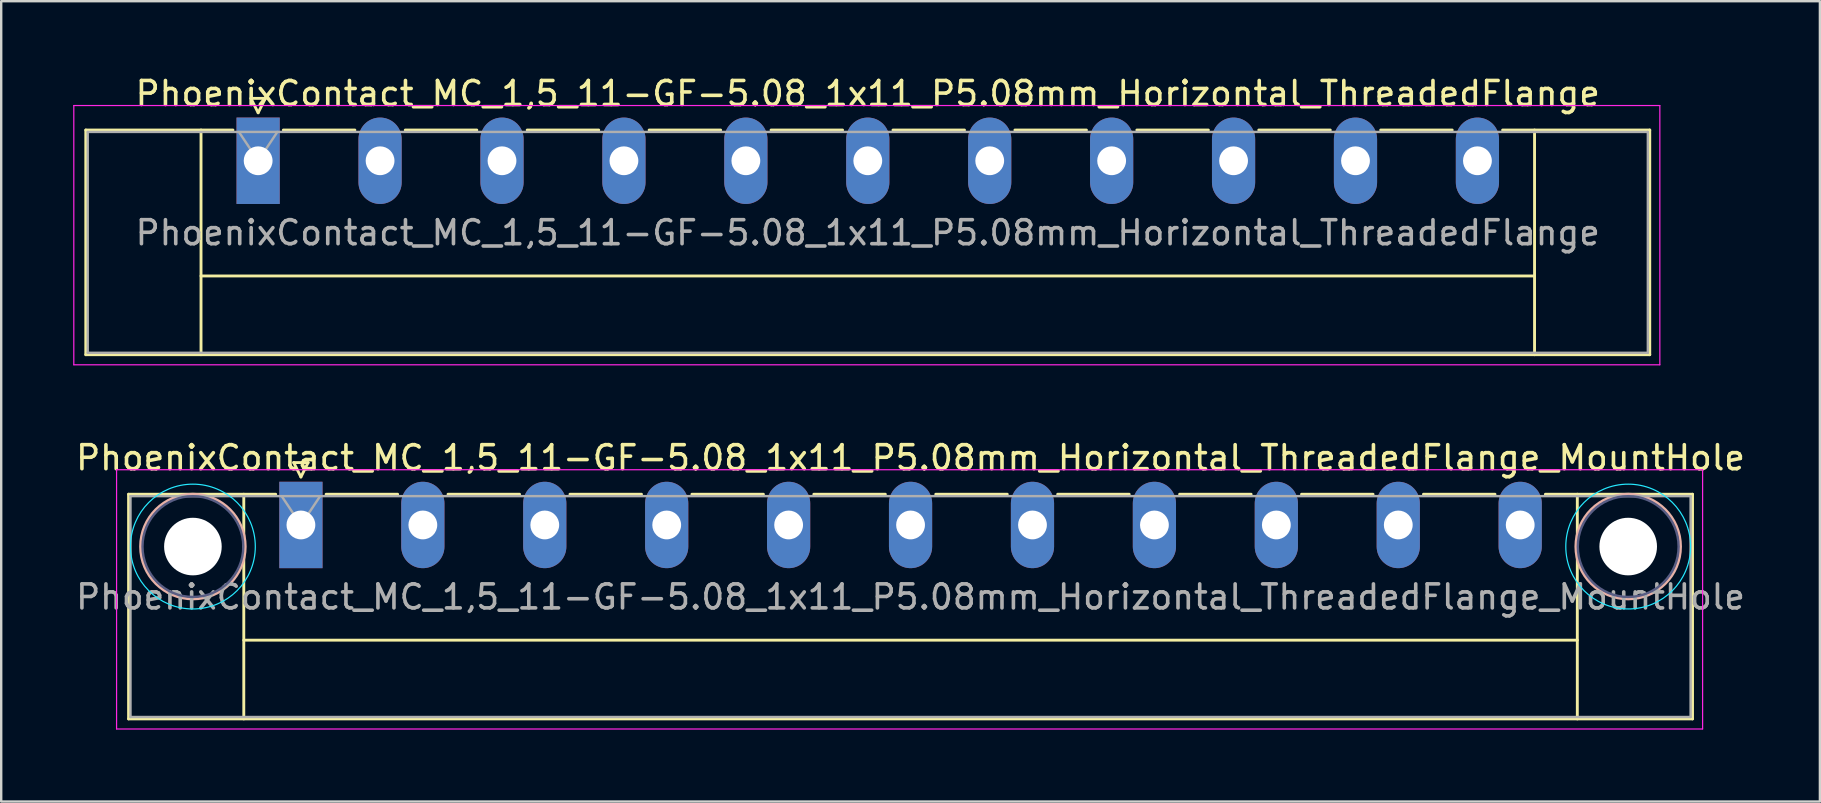
<source format=kicad_pcb>
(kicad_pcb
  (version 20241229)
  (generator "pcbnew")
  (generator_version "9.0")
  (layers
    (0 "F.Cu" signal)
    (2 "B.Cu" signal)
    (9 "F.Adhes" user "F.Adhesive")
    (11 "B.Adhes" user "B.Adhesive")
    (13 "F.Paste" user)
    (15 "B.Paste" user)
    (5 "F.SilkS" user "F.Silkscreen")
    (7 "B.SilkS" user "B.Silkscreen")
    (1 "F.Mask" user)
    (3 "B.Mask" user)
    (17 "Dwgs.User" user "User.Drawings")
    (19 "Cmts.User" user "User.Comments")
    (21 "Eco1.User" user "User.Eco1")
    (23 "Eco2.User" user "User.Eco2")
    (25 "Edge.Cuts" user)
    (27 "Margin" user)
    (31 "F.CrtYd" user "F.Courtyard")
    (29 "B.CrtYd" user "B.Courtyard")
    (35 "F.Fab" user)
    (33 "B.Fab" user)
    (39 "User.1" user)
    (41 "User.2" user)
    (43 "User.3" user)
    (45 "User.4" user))
  (footprint "PhoenixContact_MC_1,5_11-GF-5.08_1x11_P5.08mm_Horizontal_ThreadedFlange_MountHole"
    (layer "F.Cu")
    (at 9.487 18.822)
    (property "Reference" "PhoenixContact_MC_1,5_11-GF-5.08_1x11_P5.08mm_Horizontal_ThreadedFlange_MountHole" (at 25.4 -2.8 0) (layer "F.SilkS") (effects (font (size 1 1) (thickness 0.15))))
    (attr through_hole)
    (fp_line (start -7.18 -1.28) (end -7.18 8.08) (stroke (width 0.12) (type solid)) (layer "F.SilkS"))
    (fp_line (start -7.18 -1.28) (end -1.05 -1.28) (stroke (width 0.12) (type solid)) (layer "F.SilkS"))
    (fp_line (start -7.18 8.08) (end 57.98 8.08) (stroke (width 0.12) (type solid)) (layer "F.SilkS"))
    (fp_line (start -2.38 -1.28) (end -2.38 8.08) (stroke (width 0.12) (type solid)) (layer "F.SilkS"))
    (fp_line (start -2.38 4.8) (end 53.18 4.8) (stroke (width 0.12) (type solid)) (layer "F.SilkS"))
    (fp_line (start -0.3 -2.6) (end 0.3 -2.6) (stroke (width 0.12) (type solid)) (layer "F.SilkS"))
    (fp_line (start 0 -2) (end -0.3 -2.6) (stroke (width 0.12) (type solid)) (layer "F.SilkS"))
    (fp_line (start 0.3 -2.6) (end 0 -2) (stroke (width 0.12) (type solid)) (layer "F.SilkS"))
    (fp_line (start 1.05 -1.28) (end 4.03 -1.28) (stroke (width 0.12) (type solid)) (layer "F.SilkS"))
    (fp_line (start 6.13 -1.28) (end 9.11 -1.28) (stroke (width 0.12) (type solid)) (layer "F.SilkS"))
    (fp_line (start 11.21 -1.28) (end 14.19 -1.28) (stroke (width 0.12) (type solid)) (layer "F.SilkS"))
    (fp_line (start 16.29 -1.28) (end 19.27 -1.28) (stroke (width 0.12) (type solid)) (layer "F.SilkS"))
    (fp_line (start 21.37 -1.28) (end 24.35 -1.28) (stroke (width 0.12) (type solid)) (layer "F.SilkS"))
    (fp_line (start 26.45 -1.28) (end 29.43 -1.28) (stroke (width 0.12) (type solid)) (layer "F.SilkS"))
    (fp_line (start 31.53 -1.28) (end 34.51 -1.28) (stroke (width 0.12) (type solid)) (layer "F.SilkS"))
    (fp_line (start 36.61 -1.28) (end 39.59 -1.28) (stroke (width 0.12) (type solid)) (layer "F.SilkS"))
    (fp_line (start 41.69 -1.28) (end 44.67 -1.28) (stroke (width 0.12) (type solid)) (layer "F.SilkS"))
    (fp_line (start 46.77 -1.28) (end 49.75 -1.28) (stroke (width 0.12) (type solid)) (layer "F.SilkS"))
    (fp_line (start 53.18 -1.28) (end 53.18 8.08) (stroke (width 0.12) (type solid)) (layer "F.SilkS"))
    (fp_line (start 57.98 -1.28) (end 51.85 -1.28) (stroke (width 0.12) (type solid)) (layer "F.SilkS"))
    (fp_line (start 57.98 8.08) (end 57.98 -1.28) (stroke (width 0.12) (type solid)) (layer "F.SilkS"))
    (fp_circle (center -4.5 0.9) (end -2.32 0.9) (stroke (width 0.12) (type solid)) (fill no) (layer "B.SilkS"))
    (fp_circle (center 55.3 0.9) (end 57.48 0.9) (stroke (width 0.12) (type solid)) (fill no) (layer "B.SilkS"))
    (fp_circle (center -4.5 0.9) (end -1.9 0.9) (stroke (width 0.05) (type solid)) (fill no) (layer "B.CrtYd"))
    (fp_circle (center 55.3 0.9) (end 57.9 0.9) (stroke (width 0.05) (type solid)) (fill no) (layer "B.CrtYd"))
    (fp_line (start -7.68 -2.3) (end -7.68 8.5) (stroke (width 0.05) (type solid)) (layer "F.CrtYd"))
    (fp_line (start -7.68 8.5) (end 58.4 8.5) (stroke (width 0.05) (type solid)) (layer "F.CrtYd"))
    (fp_line (start 58.4 -2.3) (end -7.68 -2.3) (stroke (width 0.05) (type solid)) (layer "F.CrtYd"))
    (fp_line (start 58.4 8.5) (end 58.4 -2.3) (stroke (width 0.05) (type solid)) (layer "F.CrtYd"))
    (fp_circle (center -4.5 0.9) (end -2.4 0.9) (stroke (width 0.1) (type solid)) (fill no) (layer "B.Fab"))
    (fp_circle (center 55.3 0.9) (end 57.4 0.9) (stroke (width 0.1) (type solid)) (fill no) (layer "B.Fab"))
    (fp_line (start -7.1 -1.2) (end -7.1 8) (stroke (width 0.1) (type solid)) (layer "F.Fab"))
    (fp_line (start -7.1 8) (end 57.9 8) (stroke (width 0.1) (type solid)) (layer "F.Fab"))
    (fp_line (start 0 0) (end -0.8 -1.2) (stroke (width 0.1) (type solid)) (layer "F.Fab"))
    (fp_line (start 0.8 -1.2) (end 0 0) (stroke (width 0.1) (type solid)) (layer "F.Fab"))
    (fp_line (start 57.9 -1.2) (end -7.1 -1.2) (stroke (width 0.1) (type solid)) (layer "F.Fab"))
    (fp_line (start 57.9 8) (end 57.9 -1.2) (stroke (width 0.1) (type solid)) (layer "F.Fab"))
    (fp_text user "${REFERENCE}" (at 25.4 3 0) (layer "F.Fab") (effects (font (size 1 1) (thickness 0.15))))
    (pad "" np_thru_hole circle (at -4.5 0.9) (size 2.4 2.4) (drill 2.4) (layers "*.Cu" "*.Mask"))
    (pad "" np_thru_hole circle (at 55.3 0.9) (size 2.4 2.4) (drill 2.4) (layers "*.Cu" "*.Mask"))
    (pad "1" thru_hole rect (at 0 0) (size 1.8 3.6) (drill 1.2) (layers "*.Cu" "*.Mask"))
    (pad "2" thru_hole oval (at 5.08 0) (size 1.8 3.6) (drill 1.2) (layers "*.Cu" "*.Mask"))
    (pad "3" thru_hole oval (at 10.16 0) (size 1.8 3.6) (drill 1.2) (layers "*.Cu" "*.Mask"))
    (pad "4" thru_hole oval (at 15.24 0) (size 1.8 3.6) (drill 1.2) (layers "*.Cu" "*.Mask"))
    (pad "5" thru_hole oval (at 20.32 0) (size 1.8 3.6) (drill 1.2) (layers "*.Cu" "*.Mask"))
    (pad "6" thru_hole oval (at 25.4 0) (size 1.8 3.6) (drill 1.2) (layers "*.Cu" "*.Mask"))
    (pad "7" thru_hole oval (at 30.48 0) (size 1.8 3.6) (drill 1.2) (layers "*.Cu" "*.Mask"))
    (pad "8" thru_hole oval (at 35.56 0) (size 1.8 3.6) (drill 1.2) (layers "*.Cu" "*.Mask"))
    (pad "9" thru_hole oval (at 40.64 0) (size 1.8 3.6) (drill 1.2) (layers "*.Cu" "*.Mask"))
    (pad "10" thru_hole oval (at 45.72 0) (size 1.8 3.6) (drill 1.2) (layers "*.Cu" "*.Mask"))
    (pad "11" thru_hole oval (at 50.8 0) (size 1.8 3.6) (drill 1.2) (layers "*.Cu" "*.Mask")))
  (footprint "PhoenixContact_MC_1,5_11-GF-5.08_1x11_P5.08mm_Horizontal_ThreadedFlange"
    (layer "F.Cu")
    (at 7.705 3.648)
    (property "Reference" "PhoenixContact_MC_1,5_11-GF-5.08_1x11_P5.08mm_Horizontal_ThreadedFlange" (at 25.4 -2.8 0) (layer "F.SilkS") (effects (font (size 1 1) (thickness 0.15))))
    (attr through_hole)
    (fp_line (start -7.18 -1.28) (end -7.18 8.08) (stroke (width 0.12) (type solid)) (layer "F.SilkS"))
    (fp_line (start -7.18 -1.28) (end -1.05 -1.28) (stroke (width 0.12) (type solid)) (layer "F.SilkS"))
    (fp_line (start -7.18 8.08) (end 57.98 8.08) (stroke (width 0.12) (type solid)) (layer "F.SilkS"))
    (fp_line (start -2.38 -1.28) (end -2.38 8.08) (stroke (width 0.12) (type solid)) (layer "F.SilkS"))
    (fp_line (start -2.38 4.8) (end 53.18 4.8) (stroke (width 0.12) (type solid)) (layer "F.SilkS"))
    (fp_line (start -0.3 -2.6) (end 0.3 -2.6) (stroke (width 0.12) (type solid)) (layer "F.SilkS"))
    (fp_line (start 0 -2) (end -0.3 -2.6) (stroke (width 0.12) (type solid)) (layer "F.SilkS"))
    (fp_line (start 0.3 -2.6) (end 0 -2) (stroke (width 0.12) (type solid)) (layer "F.SilkS"))
    (fp_line (start 1.05 -1.28) (end 4.03 -1.28) (stroke (width 0.12) (type solid)) (layer "F.SilkS"))
    (fp_line (start 6.13 -1.28) (end 9.11 -1.28) (stroke (width 0.12) (type solid)) (layer "F.SilkS"))
    (fp_line (start 11.21 -1.28) (end 14.19 -1.28) (stroke (width 0.12) (type solid)) (layer "F.SilkS"))
    (fp_line (start 16.29 -1.28) (end 19.27 -1.28) (stroke (width 0.12) (type solid)) (layer "F.SilkS"))
    (fp_line (start 21.37 -1.28) (end 24.35 -1.28) (stroke (width 0.12) (type solid)) (layer "F.SilkS"))
    (fp_line (start 26.45 -1.28) (end 29.43 -1.28) (stroke (width 0.12) (type solid)) (layer "F.SilkS"))
    (fp_line (start 31.53 -1.28) (end 34.51 -1.28) (stroke (width 0.12) (type solid)) (layer "F.SilkS"))
    (fp_line (start 36.61 -1.28) (end 39.59 -1.28) (stroke (width 0.12) (type solid)) (layer "F.SilkS"))
    (fp_line (start 41.69 -1.28) (end 44.67 -1.28) (stroke (width 0.12) (type solid)) (layer "F.SilkS"))
    (fp_line (start 46.77 -1.28) (end 49.75 -1.28) (stroke (width 0.12) (type solid)) (layer "F.SilkS"))
    (fp_line (start 53.18 -1.28) (end 53.18 8.08) (stroke (width 0.12) (type solid)) (layer "F.SilkS"))
    (fp_line (start 57.98 -1.28) (end 51.85 -1.28) (stroke (width 0.12) (type solid)) (layer "F.SilkS"))
    (fp_line (start 57.98 8.08) (end 57.98 -1.28) (stroke (width 0.12) (type solid)) (layer "F.SilkS"))
    (fp_line (start -7.68 -2.3) (end -7.68 8.5) (stroke (width 0.05) (type solid)) (layer "F.CrtYd"))
    (fp_line (start -7.68 8.5) (end 58.4 8.5) (stroke (width 0.05) (type solid)) (layer "F.CrtYd"))
    (fp_line (start 58.4 -2.3) (end -7.68 -2.3) (stroke (width 0.05) (type solid)) (layer "F.CrtYd"))
    (fp_line (start 58.4 8.5) (end 58.4 -2.3) (stroke (width 0.05) (type solid)) (layer "F.CrtYd"))
    (fp_line (start -7.1 -1.2) (end -7.1 8) (stroke (width 0.1) (type solid)) (layer "F.Fab"))
    (fp_line (start -7.1 8) (end 57.9 8) (stroke (width 0.1) (type solid)) (layer "F.Fab"))
    (fp_line (start 0 0) (end -0.8 -1.2) (stroke (width 0.1) (type solid)) (layer "F.Fab"))
    (fp_line (start 0.8 -1.2) (end 0 0) (stroke (width 0.1) (type solid)) (layer "F.Fab"))
    (fp_line (start 57.9 -1.2) (end -7.1 -1.2) (stroke (width 0.1) (type solid)) (layer "F.Fab"))
    (fp_line (start 57.9 8) (end 57.9 -1.2) (stroke (width 0.1) (type solid)) (layer "F.Fab"))
    (fp_text user "${REFERENCE}" (at 25.4 3 0) (layer "F.Fab") (effects (font (size 1 1) (thickness 0.15))))
    (pad "1" thru_hole rect (at 0 0) (size 1.8 3.6) (drill 1.2) (layers "*.Cu" "*.Mask"))
    (pad "2" thru_hole oval (at 5.08 0) (size 1.8 3.6) (drill 1.2) (layers "*.Cu" "*.Mask"))
    (pad "3" thru_hole oval (at 10.16 0) (size 1.8 3.6) (drill 1.2) (layers "*.Cu" "*.Mask"))
    (pad "4" thru_hole oval (at 15.24 0) (size 1.8 3.6) (drill 1.2) (layers "*.Cu" "*.Mask"))
    (pad "5" thru_hole oval (at 20.32 0) (size 1.8 3.6) (drill 1.2) (layers "*.Cu" "*.Mask"))
    (pad "6" thru_hole oval (at 25.4 0) (size 1.8 3.6) (drill 1.2) (layers "*.Cu" "*.Mask"))
    (pad "7" thru_hole oval (at 30.48 0) (size 1.8 3.6) (drill 1.2) (layers "*.Cu" "*.Mask"))
    (pad "8" thru_hole oval (at 35.56 0) (size 1.8 3.6) (drill 1.2) (layers "*.Cu" "*.Mask"))
    (pad "9" thru_hole oval (at 40.64 0) (size 1.8 3.6) (drill 1.2) (layers "*.Cu" "*.Mask"))
    (pad "10" thru_hole oval (at 45.72 0) (size 1.8 3.6) (drill 1.2) (layers "*.Cu" "*.Mask"))
    (pad "11" thru_hole oval (at 50.8 0) (size 1.8 3.6) (drill 1.2) (layers "*.Cu" "*.Mask")))
  (gr_rect
    (start -3 -3)
    (end 72.774 30.346)
    (stroke (width 0.1) (type default))
    (fill no)
    (layer "Edge.Cuts")))
</source>
